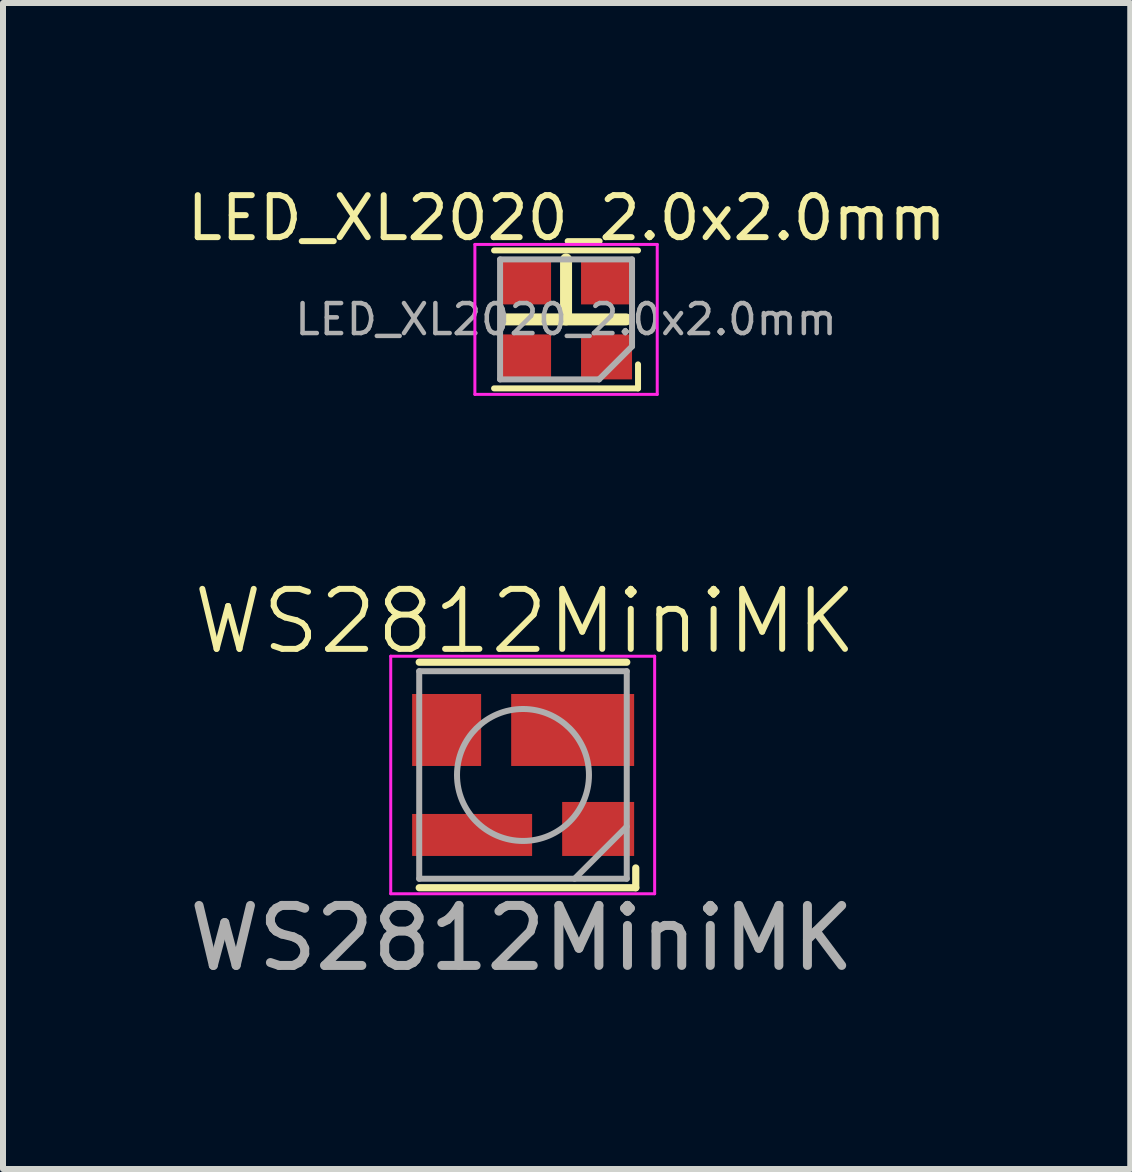
<source format=kicad_pcb>
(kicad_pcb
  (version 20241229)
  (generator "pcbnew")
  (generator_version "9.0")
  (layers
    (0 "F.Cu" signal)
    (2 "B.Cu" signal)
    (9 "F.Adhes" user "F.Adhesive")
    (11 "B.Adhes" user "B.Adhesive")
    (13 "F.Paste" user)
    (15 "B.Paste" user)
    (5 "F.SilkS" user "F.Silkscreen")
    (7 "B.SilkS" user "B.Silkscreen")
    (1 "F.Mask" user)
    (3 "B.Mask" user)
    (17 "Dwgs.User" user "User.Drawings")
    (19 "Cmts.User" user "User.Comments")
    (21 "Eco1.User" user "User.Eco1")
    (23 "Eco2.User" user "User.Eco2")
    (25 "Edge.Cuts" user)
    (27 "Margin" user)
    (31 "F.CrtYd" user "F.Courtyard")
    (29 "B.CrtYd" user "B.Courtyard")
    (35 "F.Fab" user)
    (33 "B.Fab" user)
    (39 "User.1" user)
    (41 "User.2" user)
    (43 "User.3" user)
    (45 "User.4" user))
  (footprint "WS2812MiniMK"
    (layer "F.Cu")
    (at 5.664 9.87)
    (property "Reference" "WS2812MiniMK" (at 0.04 -2.56 0) (unlocked yes) (layer "F.SilkS") (effects (font (size 1 1) (thickness 0.1))))
    (attr smd)
    (fp_line (start -1.725 -1.88) (end 1.735 -1.88) (stroke (width 0.12) (type solid)) (layer "F.SilkS"))
    (fp_line (start -1.725 1.88) (end 1.885 1.88) (stroke (width 0.12) (type solid)) (layer "F.SilkS"))
    (fp_line (start 1.885 1.88) (end 1.885 1.55) (stroke (width 0.12) (type solid)) (layer "F.SilkS"))
    (fp_line (start -2.2 -1.98) (end -2.2 1.98) (stroke (width 0.05) (type solid)) (layer "F.CrtYd"))
    (fp_line (start -2.2 1.98) (end 2.2 1.98) (stroke (width 0.05) (type solid)) (layer "F.CrtYd"))
    (fp_line (start 2.2 -1.98) (end -2.2 -1.98) (stroke (width 0.05) (type solid)) (layer "F.CrtYd"))
    (fp_line (start 2.2 1.98) (end 2.2 -1.98) (stroke (width 0.05) (type solid)) (layer "F.CrtYd"))
    (fp_line (start -1.725 -1.73) (end -1.725 1.73) (stroke (width 0.1) (type solid)) (layer "F.Fab"))
    (fp_line (start -1.725 1.73) (end 1.735 1.73) (stroke (width 0.1) (type solid)) (layer "F.Fab"))
    (fp_line (start 1.735 -1.73) (end -1.725 -1.73) (stroke (width 0.1) (type solid)) (layer "F.Fab"))
    (fp_line (start 1.735 0.86) (end 0.865 1.73) (stroke (width 0.1) (type solid)) (layer "F.Fab"))
    (fp_line (start 1.735 1.73) (end 1.735 -1.73) (stroke (width 0.1) (type solid)) (layer "F.Fab"))
    (fp_circle (center 0.005 0) (end 1.105 0) (stroke (width 0.1) (type solid)) (fill no) (layer "F.Fab"))
    (fp_text user "${REFERENCE}" (at -0.015 2.72 0) (unlocked yes) (layer "F.Fab") (effects (font (size 1 1) (thickness 0.15))))
    (pad "1" smd rect (at 1.258 0.9) (size 1.2 0.9) (layers "F.Cu" "F.Mask" "F.Paste"))
    (pad "2" smd rect (at 0.833 -0.75) (size 2.05 1.2) (layers "F.Cu" "F.Mask" "F.Paste"))
    (pad "3" smd rect (at -1.268 -0.75) (size 1.15 1.2) (layers "F.Cu" "F.Mask" "F.Paste"))
    (pad "4" smd rect (at -0.843 1) (size 2 0.7) (layers "F.Cu" "F.Mask" "F.Paste")))
  (footprint "LED_XL2020_2.0x2.0mm"
    (layer "F.Cu")
    (at 6.387 2.275)
    (property "Reference" "LED_XL2020_2.0x2.0mm" (at 0.01 -1.69 0) (layer "F.SilkS") (effects (font (size 0.7 0.7) (thickness 0.1))))
    (attr smd)
    (fp_line (start -1.2 -1.15) (end 1.2 -1.15) (stroke (width 0.1) (type solid)) (layer "F.SilkS"))
    (fp_line (start -1.2 1.15) (end 1.2 1.15) (stroke (width 0.1) (type solid)) (layer "F.SilkS"))
    (fp_line (start -1 0) (end 1 0) (stroke (width 0.2) (type solid)) (layer "F.SilkS"))
    (fp_line (start 0 0) (end 0 -1) (stroke (width 0.2) (type solid)) (layer "F.SilkS"))
    (fp_line (start 1.2 1.15) (end 1.2 0.75) (stroke (width 0.1) (type solid)) (layer "F.SilkS"))
    (fp_line (start -1.52 -1.25) (end -1.52 1.25) (stroke (width 0.05) (type solid)) (layer "F.CrtYd"))
    (fp_line (start -1.52 1.25) (end 1.52 1.25) (stroke (width 0.05) (type solid)) (layer "F.CrtYd"))
    (fp_line (start 1.52 -1.25) (end -1.52 -1.25) (stroke (width 0.05) (type solid)) (layer "F.CrtYd"))
    (fp_line (start 1.52 1.25) (end 1.52 -1.25) (stroke (width 0.05) (type solid)) (layer "F.CrtYd"))
    (fp_line (start -1.1 1) (end -1.1 -1) (stroke (width 0.1) (type solid)) (layer "F.Fab"))
    (fp_line (start -1.1 1) (end 0.55 1) (stroke (width 0.1) (type solid)) (layer "F.Fab"))
    (fp_line (start 0.55 1) (end 1.1 0.45) (stroke (width 0.1) (type solid)) (layer "F.Fab"))
    (fp_line (start 1.1 -1) (end -1.1 -1) (stroke (width 0.1) (type solid)) (layer "F.Fab"))
    (fp_line (start 1.1 0.45) (end 1.1 -1) (stroke (width 0.1) (type solid)) (layer "F.Fab"))
    (fp_text user "${REFERENCE}" (at 0 0 0) (layer "F.Fab") (effects (font (size 0.5 0.5) (thickness 0.075))))
    (pad "1" smd rect (at 0.675 0.625) (size 0.85 0.75) (layers "F.Cu" "F.Mask" "F.Paste"))
    (pad "2" smd rect (at 0.675 -0.625) (size 0.85 0.75) (layers "F.Cu" "F.Mask" "F.Paste"))
    (pad "3" smd rect (at -0.675 -0.625) (size 0.85 0.75) (layers "F.Cu" "F.Mask" "F.Paste"))
    (pad "4" smd rect (at -0.675 0.625) (size 0.85 0.75) (layers "F.Cu" "F.Mask" "F.Paste")))
  (gr_rect
    (start -3 -3)
    (end 15.793 16.439)
    (stroke (width 0.1) (type default))
    (fill no)
    (layer "Edge.Cuts")))
</source>
